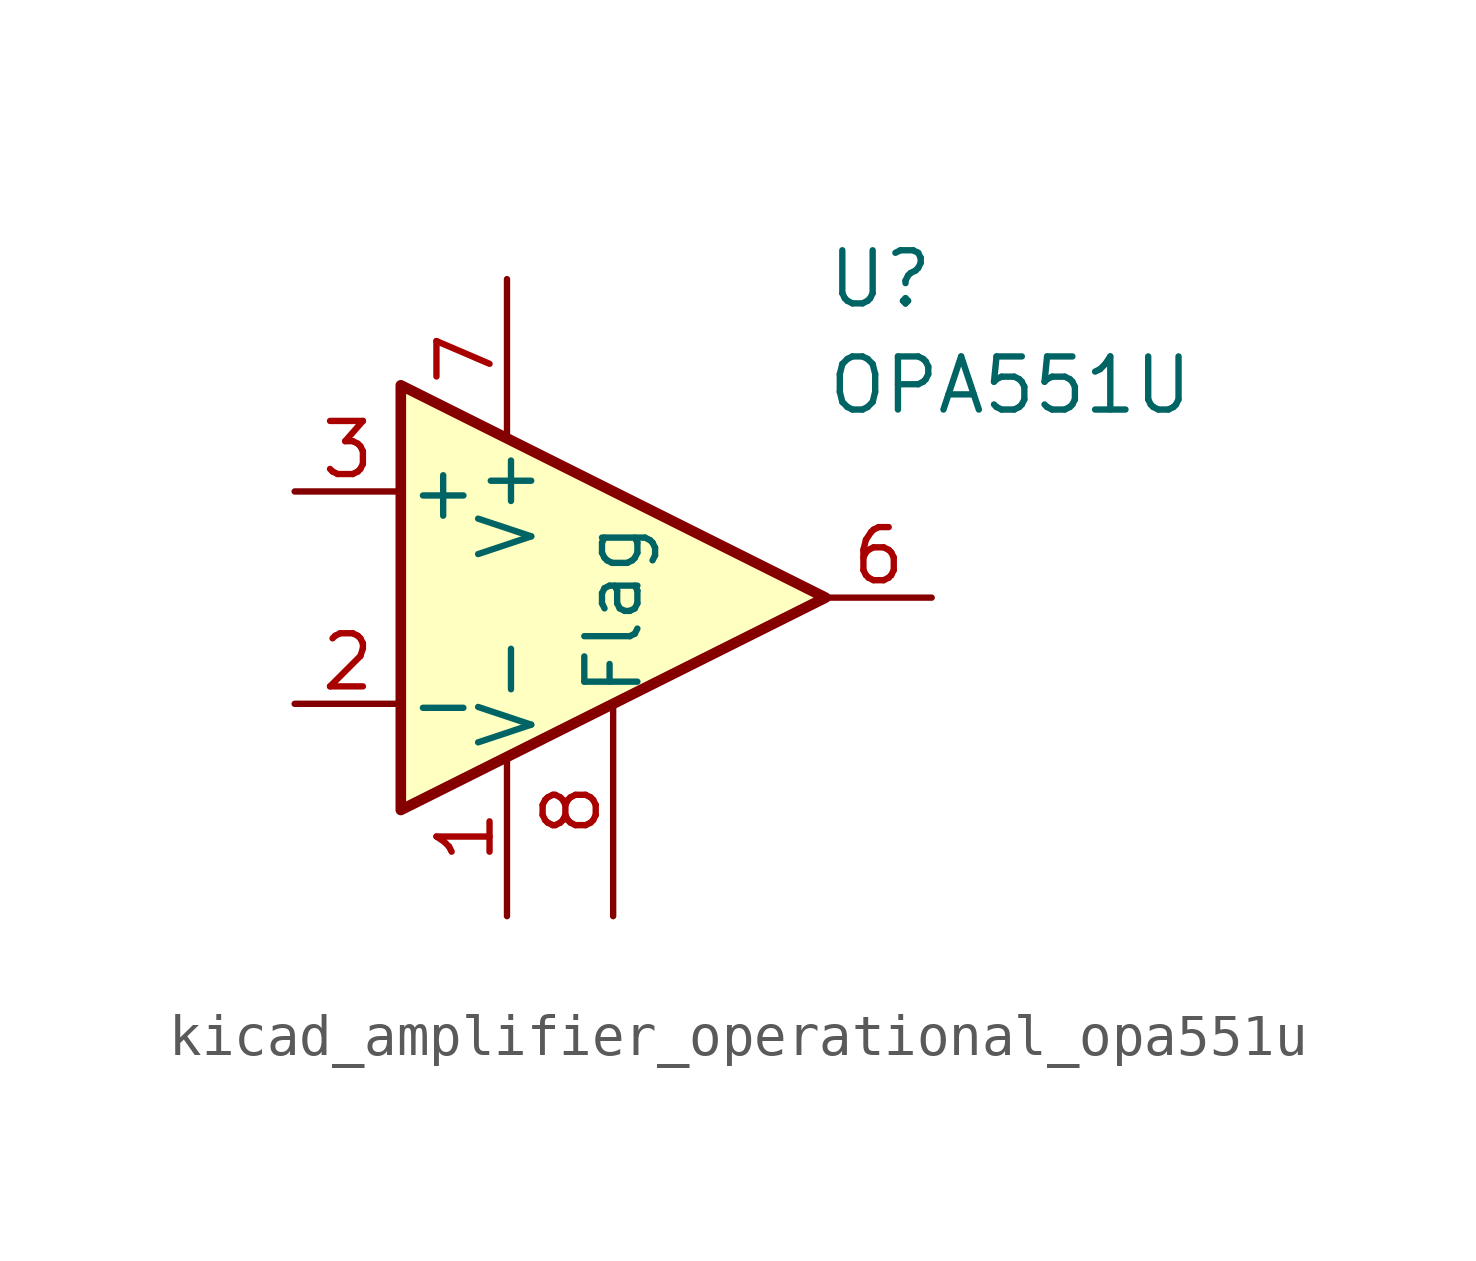
<source format=kicad_sym>
(kicad_symbol_lib
  (version 20220914)
  (generator kicad_symbol_editor)
  (symbol "kicad_amplifier_operational_opa551u"
    (pin_names
      (offset 0.127))
    (property "Reference" "U"
      (at 5.08 7.62 0)
      (effects (font (size 1.27 1.27)) (justify left)))
    (property "Value" "OPA551U"
      (at 5.08 5.08 0)
      (effects (font (size 1.27 1.27)) (justify left)))
    (symbol "kicad_amplifier_operational_opa551u_1_1"
      (polyline (pts (xy -5.08 5.08) (xy 5.08 0) (xy -5.08 -5.08) (xy -5.08 5.08)) (stroke (width 0.254) (type default)) (fill (type background)))
      (pin power_in line (at -2.54 -7.62 90) (length 3.81) (name "V-" (effects (font (size 1.27 1.27)))) (number "1" (effects (font (size 1.27 1.27)))))
      (pin input line (at -7.62 -2.54 0) (length 2.54) (name "-" (effects (font (size 1.27 1.27)))) (number "2" (effects (font (size 1.27 1.27)))))
      (pin input line (at -7.62 2.54 0) (length 2.54) (name "+" (effects (font (size 1.27 1.27)))) (number "3" (effects (font (size 1.27 1.27)))))
      (pin passive line (at -2.54 -7.62 90) (length 3.81) hide (name "V-" (effects (font (size 1.27 1.27)))) (number "4" (effects (font (size 1.27 1.27)))))
      (pin passive line (at -2.54 -7.62 90) (length 3.81) hide (name "V-" (effects (font (size 1.27 1.27)))) (number "5" (effects (font (size 1.27 1.27)))))
      (pin output line (at 7.62 0 180) (length 2.54) (name "~" (effects (font (size 1.27 1.27)))) (number "6" (effects (font (size 1.27 1.27)))))
      (pin power_in line (at -2.54 7.62 270) (length 3.81) (name "V+" (effects (font (size 1.27 1.27)))) (number "7" (effects (font (size 1.27 1.27)))))
      (pin output line (at 0 -7.62 90) (length 5.08) (name "Flag" (effects (font (size 1.27 1.27)))) (number "8" (effects (font (size 1.27 1.27))))))))
</source>
